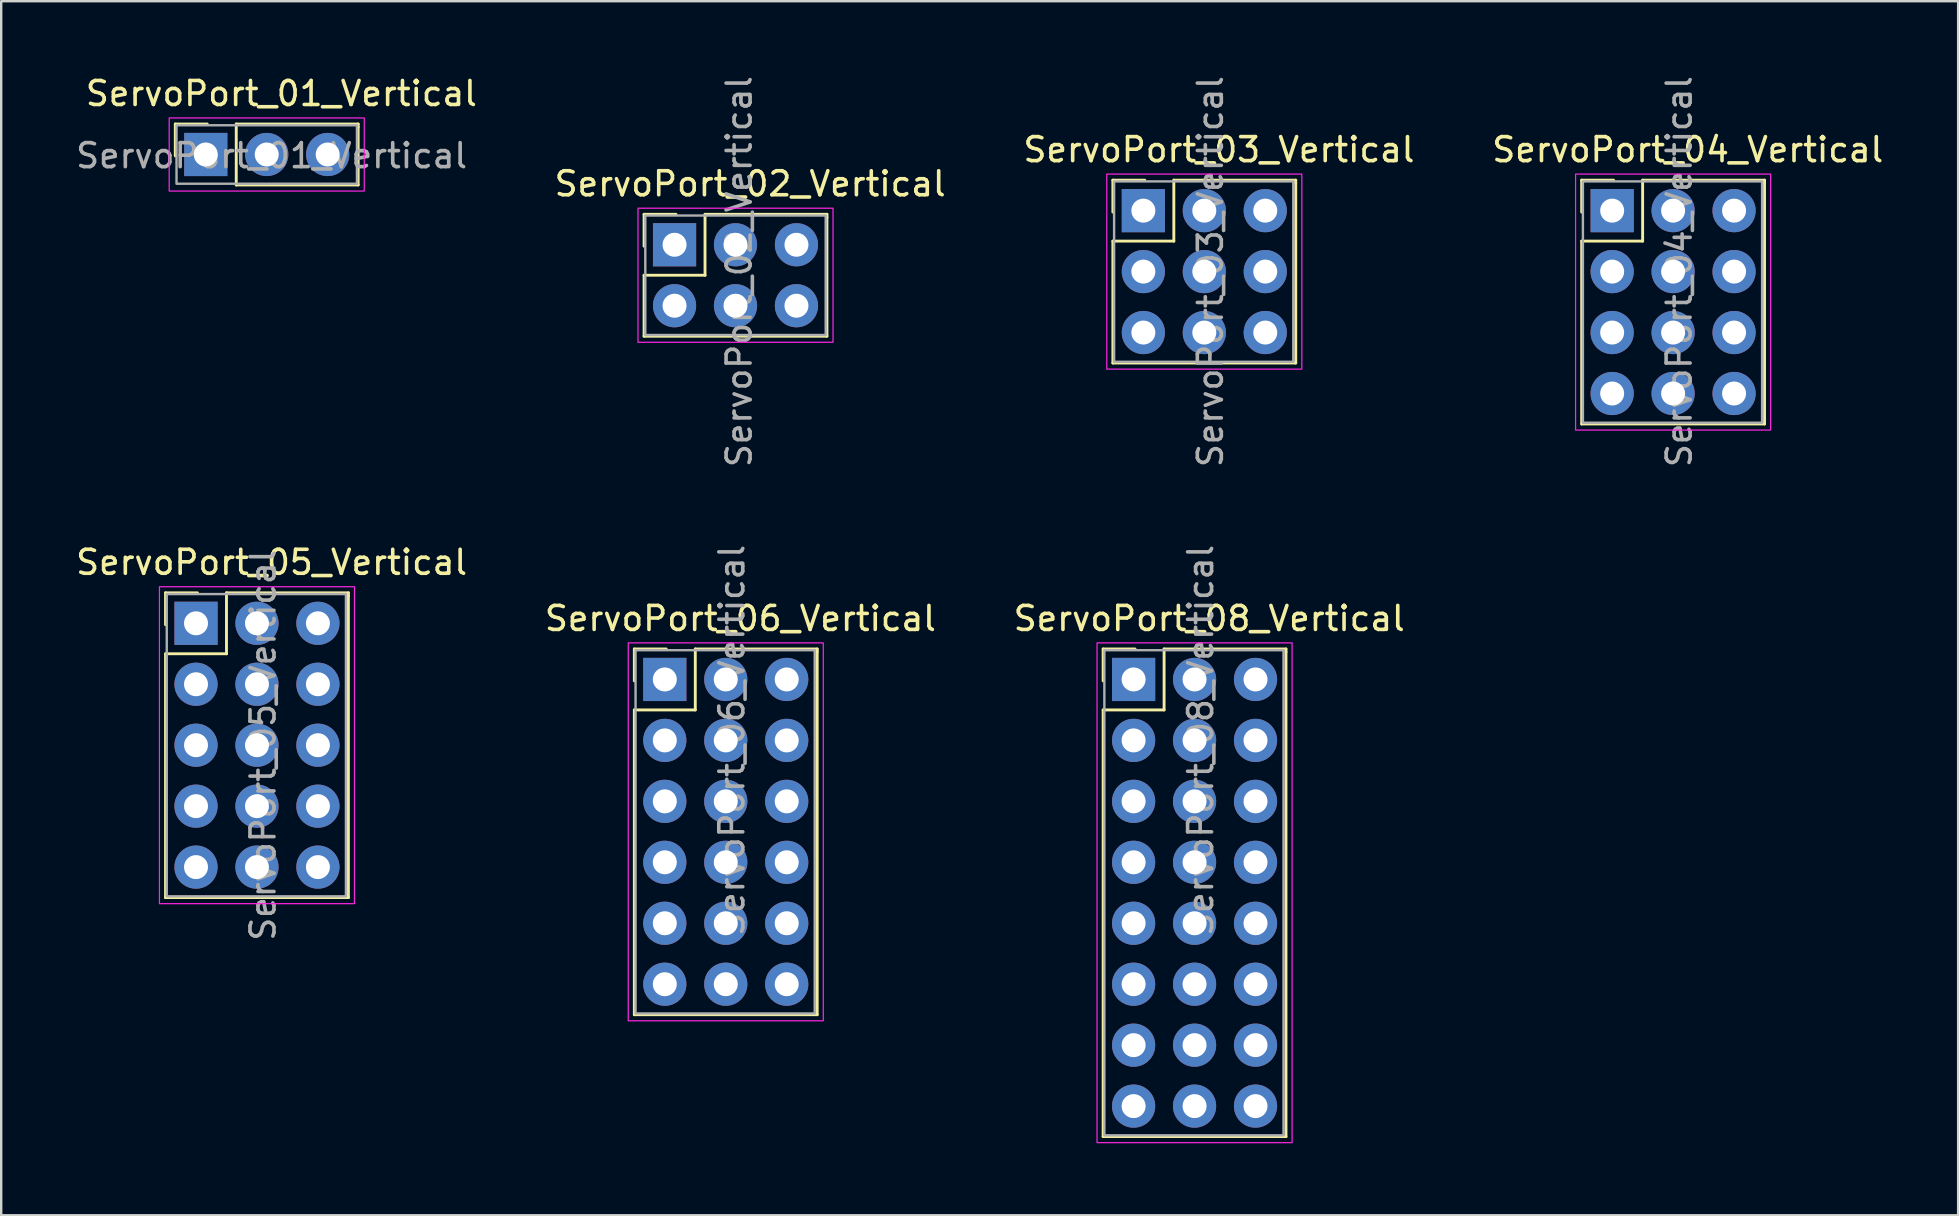
<source format=kicad_pcb>
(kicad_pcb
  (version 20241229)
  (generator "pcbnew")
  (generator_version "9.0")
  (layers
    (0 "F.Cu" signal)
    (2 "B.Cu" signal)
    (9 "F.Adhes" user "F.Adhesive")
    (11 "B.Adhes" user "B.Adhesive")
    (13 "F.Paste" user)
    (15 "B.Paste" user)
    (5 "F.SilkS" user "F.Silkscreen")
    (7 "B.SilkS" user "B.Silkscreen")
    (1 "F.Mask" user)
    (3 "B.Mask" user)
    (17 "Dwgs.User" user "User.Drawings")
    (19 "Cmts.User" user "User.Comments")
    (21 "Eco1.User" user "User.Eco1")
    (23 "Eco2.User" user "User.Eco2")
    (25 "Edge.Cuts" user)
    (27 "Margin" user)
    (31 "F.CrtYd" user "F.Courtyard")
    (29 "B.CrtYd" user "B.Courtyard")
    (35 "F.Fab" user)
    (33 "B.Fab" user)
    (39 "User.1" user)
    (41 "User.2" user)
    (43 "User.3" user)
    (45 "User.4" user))
  (footprint "ServoPort_08_Vertical"
    (layer "F.Cu")
    (at 44.19 25.264)
    (property "Reference" "ServoPort_08_Vertical" (at 3.15 -2.54 0) (unlocked yes) (layer "F.SilkS") (effects (font (size 1 1) (thickness 0.15))))
    (attr through_hole)
    (fp_line (start -1.27 -1.27) (end 0.06 -1.27) (stroke (width 0.12) (type solid)) (layer "F.SilkS"))
    (fp_line (start -1.27 0.06) (end -1.27 -1.27) (stroke (width 0.12) (type solid)) (layer "F.SilkS"))
    (fp_line (start -1.27 1.27) (end -1.27 19.05) (stroke (width 0.12) (type solid)) (layer "F.SilkS"))
    (fp_line (start -1.27 19.05) (end 6.35 19.05) (stroke (width 0.12) (type solid)) (layer "F.SilkS"))
    (fp_line (start 1.27 -1.27) (end 1.27 1.27) (stroke (width 0.12) (type solid)) (layer "F.SilkS"))
    (fp_line (start 1.27 1.27) (end -1.27 1.27) (stroke (width 0.12) (type solid)) (layer "F.SilkS"))
    (fp_line (start 6.35 -1.27) (end 1.27 -1.27) (stroke (width 0.12) (type solid)) (layer "F.SilkS"))
    (fp_line (start 6.35 -1.143) (end 6.35 -1.27) (stroke (width 0.12) (type solid)) (layer "F.SilkS"))
    (fp_line (start 6.35 19.05) (end 6.35 -1.143) (stroke (width 0.12) (type solid)) (layer "F.SilkS"))
    (fp_rect (start -1.524 -1.524) (end 6.604 19.304) (stroke (width 0.05) (type solid)) (fill no) (layer "F.CrtYd"))
    (fp_rect (start -1.219 -1.219) (end 6.248 18.999) (stroke (width 0.1) (type solid)) (fill no) (layer "F.Fab"))
    (fp_text user "${REFERENCE}" (at 2.794 2.54 90) (unlocked yes) (layer "F.Fab") (effects (font (size 1 1) (thickness 0.15))))
    (pad "1" thru_hole rect (at 0 0) (size 1.8 1.8) (drill 1) (layers "*.Cu" "*.Mask"))
    (pad "2" thru_hole circle (at 0 2.54) (size 1.8 1.8) (drill 1) (layers "*.Cu" "*.Mask"))
    (pad "3" thru_hole circle (at 0 5.08) (size 1.8 1.8) (drill 1) (layers "*.Cu" "*.Mask"))
    (pad "4" thru_hole circle (at 0 7.62) (size 1.8 1.8) (drill 1) (layers "*.Cu" "*.Mask"))
    (pad "5" thru_hole circle (at 0 10.16) (size 1.8 1.8) (drill 1) (layers "*.Cu" "*.Mask"))
    (pad "6" thru_hole circle (at 0 12.7) (size 1.8 1.8) (drill 1) (layers "*.Cu" "*.Mask"))
    (pad "7" thru_hole circle (at 0 15.24) (size 1.8 1.8) (drill 1) (layers "*.Cu" "*.Mask"))
    (pad "8" thru_hole circle (at 0 17.78) (size 1.8 1.8) (drill 1) (layers "*.Cu" "*.Mask"))
    (pad "GND" thru_hole circle (at 5.08 0) (size 1.8 1.8) (drill 1) (layers "*.Cu" "*.Mask"))
    (pad "GND" thru_hole circle (at 5.08 2.54) (size 1.8 1.8) (drill 1) (layers "*.Cu" "*.Mask"))
    (pad "GND" thru_hole circle (at 5.08 5.08) (size 1.8 1.8) (drill 1) (layers "*.Cu" "*.Mask"))
    (pad "GND" thru_hole circle (at 5.08 7.62) (size 1.8 1.8) (drill 1) (layers "*.Cu" "*.Mask"))
    (pad "GND" thru_hole circle (at 5.08 10.16) (size 1.8 1.8) (drill 1) (layers "*.Cu" "*.Mask"))
    (pad "GND" thru_hole circle (at 5.08 12.7) (size 1.8 1.8) (drill 1) (layers "*.Cu" "*.Mask"))
    (pad "GND" thru_hole circle (at 5.08 15.24) (size 1.8 1.8) (drill 1) (layers "*.Cu" "*.Mask"))
    (pad "GND" thru_hole circle (at 5.08 17.78) (size 1.8 1.8) (drill 1) (layers "*.Cu" "*.Mask"))
    (pad "VCC" thru_hole circle (at 2.54 0) (size 1.8 1.8) (drill 1) (layers "*.Cu" "*.Mask"))
    (pad "VCC" thru_hole circle (at 2.54 2.54) (size 1.8 1.8) (drill 1) (layers "*.Cu" "*.Mask"))
    (pad "VCC" thru_hole circle (at 2.54 5.08) (size 1.8 1.8) (drill 1) (layers "*.Cu" "*.Mask"))
    (pad "VCC" thru_hole circle (at 2.54 7.62) (size 1.8 1.8) (drill 1) (layers "*.Cu" "*.Mask"))
    (pad "VCC" thru_hole circle (at 2.54 10.16) (size 1.8 1.8) (drill 1) (layers "*.Cu" "*.Mask"))
    (pad "VCC" thru_hole circle (at 2.54 12.7) (size 1.8 1.8) (drill 1) (layers "*.Cu" "*.Mask"))
    (pad "VCC" thru_hole circle (at 2.54 15.24) (size 1.8 1.8) (drill 1) (layers "*.Cu" "*.Mask"))
    (pad "VCC" thru_hole circle (at 2.54 17.78) (size 1.8 1.8) (drill 1) (layers "*.Cu" "*.Mask")))
  (footprint "ServoPort_01_Vertical"
    (layer "F.Cu")
    (at 5.525 3.388)
    (property "Reference" "ServoPort_01_Vertical" (at 3.15 -2.54 0) (unlocked yes) (layer "F.SilkS") (effects (font (size 1 1) (thickness 0.15))))
    (attr through_hole)
    (fp_line (start -1.27 -1.27) (end 0.06 -1.27) (stroke (width 0.12) (type solid)) (layer "F.SilkS"))
    (fp_line (start -1.27 0.06) (end -1.27 -1.27) (stroke (width 0.12) (type solid)) (layer "F.SilkS"))
    (fp_line (start 1.27 -1.27) (end 1.27 1.27) (stroke (width 0.12) (type solid)) (layer "F.SilkS"))
    (fp_line (start 1.27 1.27) (end 6.35 1.27) (stroke (width 0.12) (type solid)) (layer "F.SilkS"))
    (fp_line (start 6.35 -1.27) (end 1.27 -1.27) (stroke (width 0.12) (type solid)) (layer "F.SilkS"))
    (fp_line (start 6.35 -1.143) (end 6.35 -1.27) (stroke (width 0.12) (type solid)) (layer "F.SilkS"))
    (fp_line (start 6.35 -1.143) (end 6.35 1.27) (stroke (width 0.12) (type solid)) (layer "F.SilkS"))
    (fp_rect (start -1.524 -1.524) (end 6.604 1.524) (stroke (width 0.05) (type solid)) (fill no) (layer "F.CrtYd"))
    (fp_rect (start -1.219 -1.219) (end 6.299 1.219) (stroke (width 0.1) (type solid)) (fill no) (layer "F.Fab"))
    (fp_text user "${REFERENCE}" (at 2.743 0.051 0) (unlocked yes) (layer "F.Fab") (effects (font (size 1 1) (thickness 0.15))))
    (pad "1" thru_hole rect (at 0 0) (size 1.8 1.8) (drill 1) (layers "*.Cu" "*.Mask"))
    (pad "GND" thru_hole circle (at 5.08 0) (size 1.8 1.8) (drill 1) (layers "*.Cu" "*.Mask"))
    (pad "VCC" thru_hole circle (at 2.54 0) (size 1.8 1.8) (drill 1) (layers "*.Cu" "*.Mask")))
  (footprint "ServoPort_04_Vertical"
    (layer "F.Cu")
    (at 64.132 5.728)
    (property "Reference" "ServoPort_04_Vertical" (at 3.15 -2.54 0) (unlocked yes) (layer "F.SilkS") (effects (font (size 1 1) (thickness 0.15))))
    (attr through_hole)
    (fp_line (start -1.27 -1.27) (end 0.06 -1.27) (stroke (width 0.12) (type solid)) (layer "F.SilkS"))
    (fp_line (start -1.27 0.06) (end -1.27 -1.27) (stroke (width 0.12) (type solid)) (layer "F.SilkS"))
    (fp_line (start -1.27 1.27) (end -1.27 8.89) (stroke (width 0.12) (type solid)) (layer "F.SilkS"))
    (fp_line (start -1.27 8.89) (end 6.35 8.89) (stroke (width 0.12) (type solid)) (layer "F.SilkS"))
    (fp_line (start 1.27 -1.27) (end 1.27 1.27) (stroke (width 0.12) (type solid)) (layer "F.SilkS"))
    (fp_line (start 1.27 1.27) (end -1.27 1.27) (stroke (width 0.12) (type solid)) (layer "F.SilkS"))
    (fp_line (start 6.35 -1.27) (end 1.27 -1.27) (stroke (width 0.12) (type solid)) (layer "F.SilkS"))
    (fp_line (start 6.35 -1.143) (end 6.35 -1.27) (stroke (width 0.12) (type solid)) (layer "F.SilkS"))
    (fp_line (start 6.35 8.89) (end 6.35 -1.143) (stroke (width 0.12) (type solid)) (layer "F.SilkS"))
    (fp_rect (start -1.524 -1.524) (end 6.604 9.144) (stroke (width 0.05) (type solid)) (fill no) (layer "F.CrtYd"))
    (fp_rect (start -1.219 -1.219) (end 6.248 8.839) (stroke (width 0.1) (type solid)) (fill no) (layer "F.Fab"))
    (fp_text user "${REFERENCE}" (at 2.794 2.54 90) (unlocked yes) (layer "F.Fab") (effects (font (size 1 1) (thickness 0.15))))
    (pad "1" thru_hole rect (at 0 0) (size 1.8 1.8) (drill 1) (layers "*.Cu" "*.Mask"))
    (pad "2" thru_hole circle (at 0 2.54) (size 1.8 1.8) (drill 1) (layers "*.Cu" "*.Mask"))
    (pad "3" thru_hole circle (at 0 5.08) (size 1.8 1.8) (drill 1) (layers "*.Cu" "*.Mask"))
    (pad "4" thru_hole circle (at 0 7.62) (size 1.8 1.8) (drill 1) (layers "*.Cu" "*.Mask"))
    (pad "GND" thru_hole circle (at 5.08 0) (size 1.8 1.8) (drill 1) (layers "*.Cu" "*.Mask"))
    (pad "GND" thru_hole circle (at 5.08 2.54) (size 1.8 1.8) (drill 1) (layers "*.Cu" "*.Mask"))
    (pad "GND" thru_hole circle (at 5.08 5.08) (size 1.8 1.8) (drill 1) (layers "*.Cu" "*.Mask"))
    (pad "GND" thru_hole circle (at 5.08 7.62) (size 1.8 1.8) (drill 1) (layers "*.Cu" "*.Mask"))
    (pad "VCC" thru_hole circle (at 2.54 0) (size 1.8 1.8) (drill 1) (layers "*.Cu" "*.Mask"))
    (pad "VCC" thru_hole circle (at 2.54 2.54) (size 1.8 1.8) (drill 1) (layers "*.Cu" "*.Mask"))
    (pad "VCC" thru_hole circle (at 2.54 5.08) (size 1.8 1.8) (drill 1) (layers "*.Cu" "*.Mask"))
    (pad "VCC" thru_hole circle (at 2.54 7.62) (size 1.8 1.8) (drill 1) (layers "*.Cu" "*.Mask")))
  (footprint "ServoPort_06_Vertical"
    (layer "F.Cu")
    (at 24.654 25.264)
    (property "Reference" "ServoPort_06_Vertical" (at 3.15 -2.54 0) (unlocked yes) (layer "F.SilkS") (effects (font (size 1 1) (thickness 0.15))))
    (attr through_hole)
    (fp_line (start -1.27 -1.27) (end 0.06 -1.27) (stroke (width 0.12) (type solid)) (layer "F.SilkS"))
    (fp_line (start -1.27 0.06) (end -1.27 -1.27) (stroke (width 0.12) (type solid)) (layer "F.SilkS"))
    (fp_line (start -1.27 1.27) (end -1.27 13.97) (stroke (width 0.12) (type solid)) (layer "F.SilkS"))
    (fp_line (start -1.27 13.97) (end 6.35 13.97) (stroke (width 0.12) (type solid)) (layer "F.SilkS"))
    (fp_line (start 1.27 -1.27) (end 1.27 1.27) (stroke (width 0.12) (type solid)) (layer "F.SilkS"))
    (fp_line (start 1.27 1.27) (end -1.27 1.27) (stroke (width 0.12) (type solid)) (layer "F.SilkS"))
    (fp_line (start 6.35 -1.27) (end 1.27 -1.27) (stroke (width 0.12) (type solid)) (layer "F.SilkS"))
    (fp_line (start 6.35 -1.143) (end 6.35 -1.27) (stroke (width 0.12) (type solid)) (layer "F.SilkS"))
    (fp_line (start 6.35 13.97) (end 6.35 -1.143) (stroke (width 0.12) (type solid)) (layer "F.SilkS"))
    (fp_rect (start -1.524 -1.524) (end 6.604 14.224) (stroke (width 0.05) (type solid)) (fill no) (layer "F.CrtYd"))
    (fp_rect (start -1.219 -1.219) (end 6.248 13.919) (stroke (width 0.1) (type solid)) (fill no) (layer "F.Fab"))
    (fp_text user "${REFERENCE}" (at 2.794 2.54 90) (unlocked yes) (layer "F.Fab") (effects (font (size 1 1) (thickness 0.15))))
    (pad "1" thru_hole rect (at 0 0) (size 1.8 1.8) (drill 1) (layers "*.Cu" "*.Mask"))
    (pad "2" thru_hole circle (at 0 2.54) (size 1.8 1.8) (drill 1) (layers "*.Cu" "*.Mask"))
    (pad "3" thru_hole circle (at 0 5.08) (size 1.8 1.8) (drill 1) (layers "*.Cu" "*.Mask"))
    (pad "4" thru_hole circle (at 0 7.62) (size 1.8 1.8) (drill 1) (layers "*.Cu" "*.Mask"))
    (pad "5" thru_hole circle (at 0 10.16) (size 1.8 1.8) (drill 1) (layers "*.Cu" "*.Mask"))
    (pad "6" thru_hole circle (at 0 12.7) (size 1.8 1.8) (drill 1) (layers "*.Cu" "*.Mask"))
    (pad "GND" thru_hole circle (at 5.08 0) (size 1.8 1.8) (drill 1) (layers "*.Cu" "*.Mask"))
    (pad "GND" thru_hole circle (at 5.08 2.54) (size 1.8 1.8) (drill 1) (layers "*.Cu" "*.Mask"))
    (pad "GND" thru_hole circle (at 5.08 5.08) (size 1.8 1.8) (drill 1) (layers "*.Cu" "*.Mask"))
    (pad "GND" thru_hole circle (at 5.08 7.62) (size 1.8 1.8) (drill 1) (layers "*.Cu" "*.Mask"))
    (pad "GND" thru_hole circle (at 5.08 10.16) (size 1.8 1.8) (drill 1) (layers "*.Cu" "*.Mask"))
    (pad "GND" thru_hole circle (at 5.08 12.7) (size 1.8 1.8) (drill 1) (layers "*.Cu" "*.Mask"))
    (pad "VCC" thru_hole circle (at 2.54 0) (size 1.8 1.8) (drill 1) (layers "*.Cu" "*.Mask"))
    (pad "VCC" thru_hole circle (at 2.54 2.54) (size 1.8 1.8) (drill 1) (layers "*.Cu" "*.Mask"))
    (pad "VCC" thru_hole circle (at 2.54 5.08) (size 1.8 1.8) (drill 1) (layers "*.Cu" "*.Mask"))
    (pad "VCC" thru_hole circle (at 2.54 7.62) (size 1.8 1.8) (drill 1) (layers "*.Cu" "*.Mask"))
    (pad "VCC" thru_hole circle (at 2.54 10.16) (size 1.8 1.8) (drill 1) (layers "*.Cu" "*.Mask"))
    (pad "VCC" thru_hole circle (at 2.54 12.7) (size 1.8 1.8) (drill 1) (layers "*.Cu" "*.Mask")))
  (footprint "ServoPort_03_Vertical"
    (layer "F.Cu")
    (at 44.596 5.728)
    (property "Reference" "ServoPort_03_Vertical" (at 3.15 -2.54 0) (unlocked yes) (layer "F.SilkS") (effects (font (size 1 1) (thickness 0.15))))
    (attr through_hole)
    (fp_line (start -1.27 -1.27) (end 0.06 -1.27) (stroke (width 0.12) (type solid)) (layer "F.SilkS"))
    (fp_line (start -1.27 0.06) (end -1.27 -1.27) (stroke (width 0.12) (type solid)) (layer "F.SilkS"))
    (fp_line (start -1.27 1.27) (end -1.27 6.35) (stroke (width 0.12) (type solid)) (layer "F.SilkS"))
    (fp_line (start -1.27 6.35) (end 6.35 6.35) (stroke (width 0.12) (type solid)) (layer "F.SilkS"))
    (fp_line (start 1.27 -1.27) (end 1.27 1.27) (stroke (width 0.12) (type solid)) (layer "F.SilkS"))
    (fp_line (start 1.27 1.27) (end -1.27 1.27) (stroke (width 0.12) (type solid)) (layer "F.SilkS"))
    (fp_line (start 6.35 -1.27) (end 1.27 -1.27) (stroke (width 0.12) (type solid)) (layer "F.SilkS"))
    (fp_line (start 6.35 -1.143) (end 6.35 -1.27) (stroke (width 0.12) (type solid)) (layer "F.SilkS"))
    (fp_line (start 6.35 6.35) (end 6.35 -1.143) (stroke (width 0.12) (type solid)) (layer "F.SilkS"))
    (fp_rect (start -1.524 -1.524) (end 6.604 6.604) (stroke (width 0.05) (type solid)) (fill no) (layer "F.CrtYd"))
    (fp_rect (start -1.219 -1.219) (end 6.248 6.299) (stroke (width 0.1) (type solid)) (fill no) (layer "F.Fab"))
    (fp_text user "${REFERENCE}" (at 2.794 2.54 90) (unlocked yes) (layer "F.Fab") (effects (font (size 1 1) (thickness 0.15))))
    (pad "1" thru_hole rect (at 0 0) (size 1.8 1.8) (drill 1) (layers "*.Cu" "*.Mask"))
    (pad "2" thru_hole circle (at 0 2.54) (size 1.8 1.8) (drill 1) (layers "*.Cu" "*.Mask"))
    (pad "3" thru_hole circle (at 0 5.08) (size 1.8 1.8) (drill 1) (layers "*.Cu" "*.Mask"))
    (pad "GND" thru_hole circle (at 5.08 0) (size 1.8 1.8) (drill 1) (layers "*.Cu" "*.Mask"))
    (pad "GND" thru_hole circle (at 5.08 2.54) (size 1.8 1.8) (drill 1) (layers "*.Cu" "*.Mask"))
    (pad "GND" thru_hole circle (at 5.08 5.08) (size 1.8 1.8) (drill 1) (layers "*.Cu" "*.Mask"))
    (pad "VCC" thru_hole circle (at 2.54 0) (size 1.8 1.8) (drill 1) (layers "*.Cu" "*.Mask"))
    (pad "VCC" thru_hole circle (at 2.54 2.54) (size 1.8 1.8) (drill 1) (layers "*.Cu" "*.Mask"))
    (pad "VCC" thru_hole circle (at 2.54 5.08) (size 1.8 1.8) (drill 1) (layers "*.Cu" "*.Mask")))
  (footprint "ServoPort_05_Vertical"
    (layer "F.Cu")
    (at 5.118 22.924)
    (property "Reference" "ServoPort_05_Vertical" (at 3.15 -2.54 0) (unlocked yes) (layer "F.SilkS") (effects (font (size 1 1) (thickness 0.15))))
    (attr through_hole)
    (fp_line (start -1.27 -1.27) (end 0.06 -1.27) (stroke (width 0.12) (type solid)) (layer "F.SilkS"))
    (fp_line (start -1.27 0.06) (end -1.27 -1.27) (stroke (width 0.12) (type solid)) (layer "F.SilkS"))
    (fp_line (start -1.27 1.27) (end -1.27 11.43) (stroke (width 0.12) (type solid)) (layer "F.SilkS"))
    (fp_line (start -1.27 11.43) (end 6.35 11.43) (stroke (width 0.12) (type solid)) (layer "F.SilkS"))
    (fp_line (start 1.27 -1.27) (end 1.27 1.27) (stroke (width 0.12) (type solid)) (layer "F.SilkS"))
    (fp_line (start 1.27 1.27) (end -1.27 1.27) (stroke (width 0.12) (type solid)) (layer "F.SilkS"))
    (fp_line (start 6.35 -1.27) (end 1.27 -1.27) (stroke (width 0.12) (type solid)) (layer "F.SilkS"))
    (fp_line (start 6.35 -1.143) (end 6.35 -1.27) (stroke (width 0.12) (type solid)) (layer "F.SilkS"))
    (fp_line (start 6.35 11.43) (end 6.35 -1.143) (stroke (width 0.12) (type solid)) (layer "F.SilkS"))
    (fp_rect (start -1.524 -1.524) (end 6.604 11.684) (stroke (width 0.05) (type solid)) (fill no) (layer "F.CrtYd"))
    (fp_rect (start -1.219 -1.219) (end 6.248 11.379) (stroke (width 0.1) (type solid)) (fill no) (layer "F.Fab"))
    (fp_text user "${REFERENCE}" (at 2.794 5.08 90) (unlocked yes) (layer "F.Fab") (effects (font (size 1 1) (thickness 0.15))))
    (pad "1" thru_hole rect (at 0 0) (size 1.8 1.8) (drill 1) (layers "*.Cu" "*.Mask"))
    (pad "2" thru_hole circle (at 0 2.54) (size 1.8 1.8) (drill 1) (layers "*.Cu" "*.Mask"))
    (pad "3" thru_hole circle (at 0 5.08) (size 1.8 1.8) (drill 1) (layers "*.Cu" "*.Mask"))
    (pad "4" thru_hole circle (at 0 7.62) (size 1.8 1.8) (drill 1) (layers "*.Cu" "*.Mask"))
    (pad "5" thru_hole circle (at 0 10.16) (size 1.8 1.8) (drill 1) (layers "*.Cu" "*.Mask"))
    (pad "GND" thru_hole circle (at 5.08 0) (size 1.8 1.8) (drill 1) (layers "*.Cu" "*.Mask"))
    (pad "GND" thru_hole circle (at 5.08 2.54) (size 1.8 1.8) (drill 1) (layers "*.Cu" "*.Mask"))
    (pad "GND" thru_hole circle (at 5.08 5.08) (size 1.8 1.8) (drill 1) (layers "*.Cu" "*.Mask"))
    (pad "GND" thru_hole circle (at 5.08 7.62) (size 1.8 1.8) (drill 1) (layers "*.Cu" "*.Mask"))
    (pad "GND" thru_hole circle (at 5.08 10.16) (size 1.8 1.8) (drill 1) (layers "*.Cu" "*.Mask"))
    (pad "VCC" thru_hole circle (at 2.54 0) (size 1.8 1.8) (drill 1) (layers "*.Cu" "*.Mask"))
    (pad "VCC" thru_hole circle (at 2.54 2.54) (size 1.8 1.8) (drill 1) (layers "*.Cu" "*.Mask"))
    (pad "VCC" thru_hole circle (at 2.54 5.08) (size 1.8 1.8) (drill 1) (layers "*.Cu" "*.Mask"))
    (pad "VCC" thru_hole circle (at 2.54 7.62) (size 1.8 1.8) (drill 1) (layers "*.Cu" "*.Mask"))
    (pad "VCC" thru_hole circle (at 2.54 10.16) (size 1.8 1.8) (drill 1) (layers "*.Cu" "*.Mask")))
  (footprint "ServoPort_02_Vertical"
    (layer "F.Cu")
    (at 25.06 7.15)
    (property "Reference" "ServoPort_02_Vertical" (at 3.15 -2.54 0) (unlocked yes) (layer "F.SilkS") (effects (font (size 1 1) (thickness 0.15))))
    (attr through_hole)
    (fp_line (start -1.27 -1.27) (end 0.06 -1.27) (stroke (width 0.12) (type solid)) (layer "F.SilkS"))
    (fp_line (start -1.27 0.06) (end -1.27 -1.27) (stroke (width 0.12) (type solid)) (layer "F.SilkS"))
    (fp_line (start -1.27 1.27) (end -1.27 3.81) (stroke (width 0.12) (type solid)) (layer "F.SilkS"))
    (fp_line (start -1.27 3.81) (end 6.35 3.81) (stroke (width 0.12) (type solid)) (layer "F.SilkS"))
    (fp_line (start 1.27 -1.27) (end 1.27 1.27) (stroke (width 0.12) (type solid)) (layer "F.SilkS"))
    (fp_line (start 1.27 1.27) (end -1.27 1.27) (stroke (width 0.12) (type solid)) (layer "F.SilkS"))
    (fp_line (start 6.35 -1.27) (end 1.27 -1.27) (stroke (width 0.12) (type solid)) (layer "F.SilkS"))
    (fp_line (start 6.35 -1.143) (end 6.35 -1.27) (stroke (width 0.12) (type solid)) (layer "F.SilkS"))
    (fp_line (start 6.35 3.81) (end 6.35 -1.143) (stroke (width 0.12) (type solid)) (layer "F.SilkS"))
    (fp_rect (start -1.524 -1.524) (end 6.604 4.064) (stroke (width 0.05) (type solid)) (fill no) (layer "F.CrtYd"))
    (fp_rect (start -1.219 -1.219) (end 6.299 3.759) (stroke (width 0.1) (type solid)) (fill no) (layer "F.Fab"))
    (fp_text user "${REFERENCE}" (at 2.692 1.118 90) (unlocked yes) (layer "F.Fab") (effects (font (size 1 1) (thickness 0.15))))
    (pad "1" thru_hole rect (at 0 0) (size 1.8 1.8) (drill 1) (layers "*.Cu" "*.Mask"))
    (pad "2" thru_hole circle (at 0 2.54) (size 1.8 1.8) (drill 1) (layers "*.Cu" "*.Mask"))
    (pad "GND" thru_hole circle (at 5.08 0) (size 1.8 1.8) (drill 1) (layers "*.Cu" "*.Mask"))
    (pad "GND" thru_hole circle (at 5.08 2.54) (size 1.8 1.8) (drill 1) (layers "*.Cu" "*.Mask"))
    (pad "VCC" thru_hole circle (at 2.54 0) (size 1.8 1.8) (drill 1) (layers "*.Cu" "*.Mask"))
    (pad "VCC" thru_hole circle (at 2.54 2.54) (size 1.8 1.8) (drill 1) (layers "*.Cu" "*.Mask")))
  (gr_rect
    (start -3 -3)
    (end 78.549 47.593)
    (stroke (width 0.1) (type default))
    (fill no)
    (layer "Edge.Cuts")))
</source>
